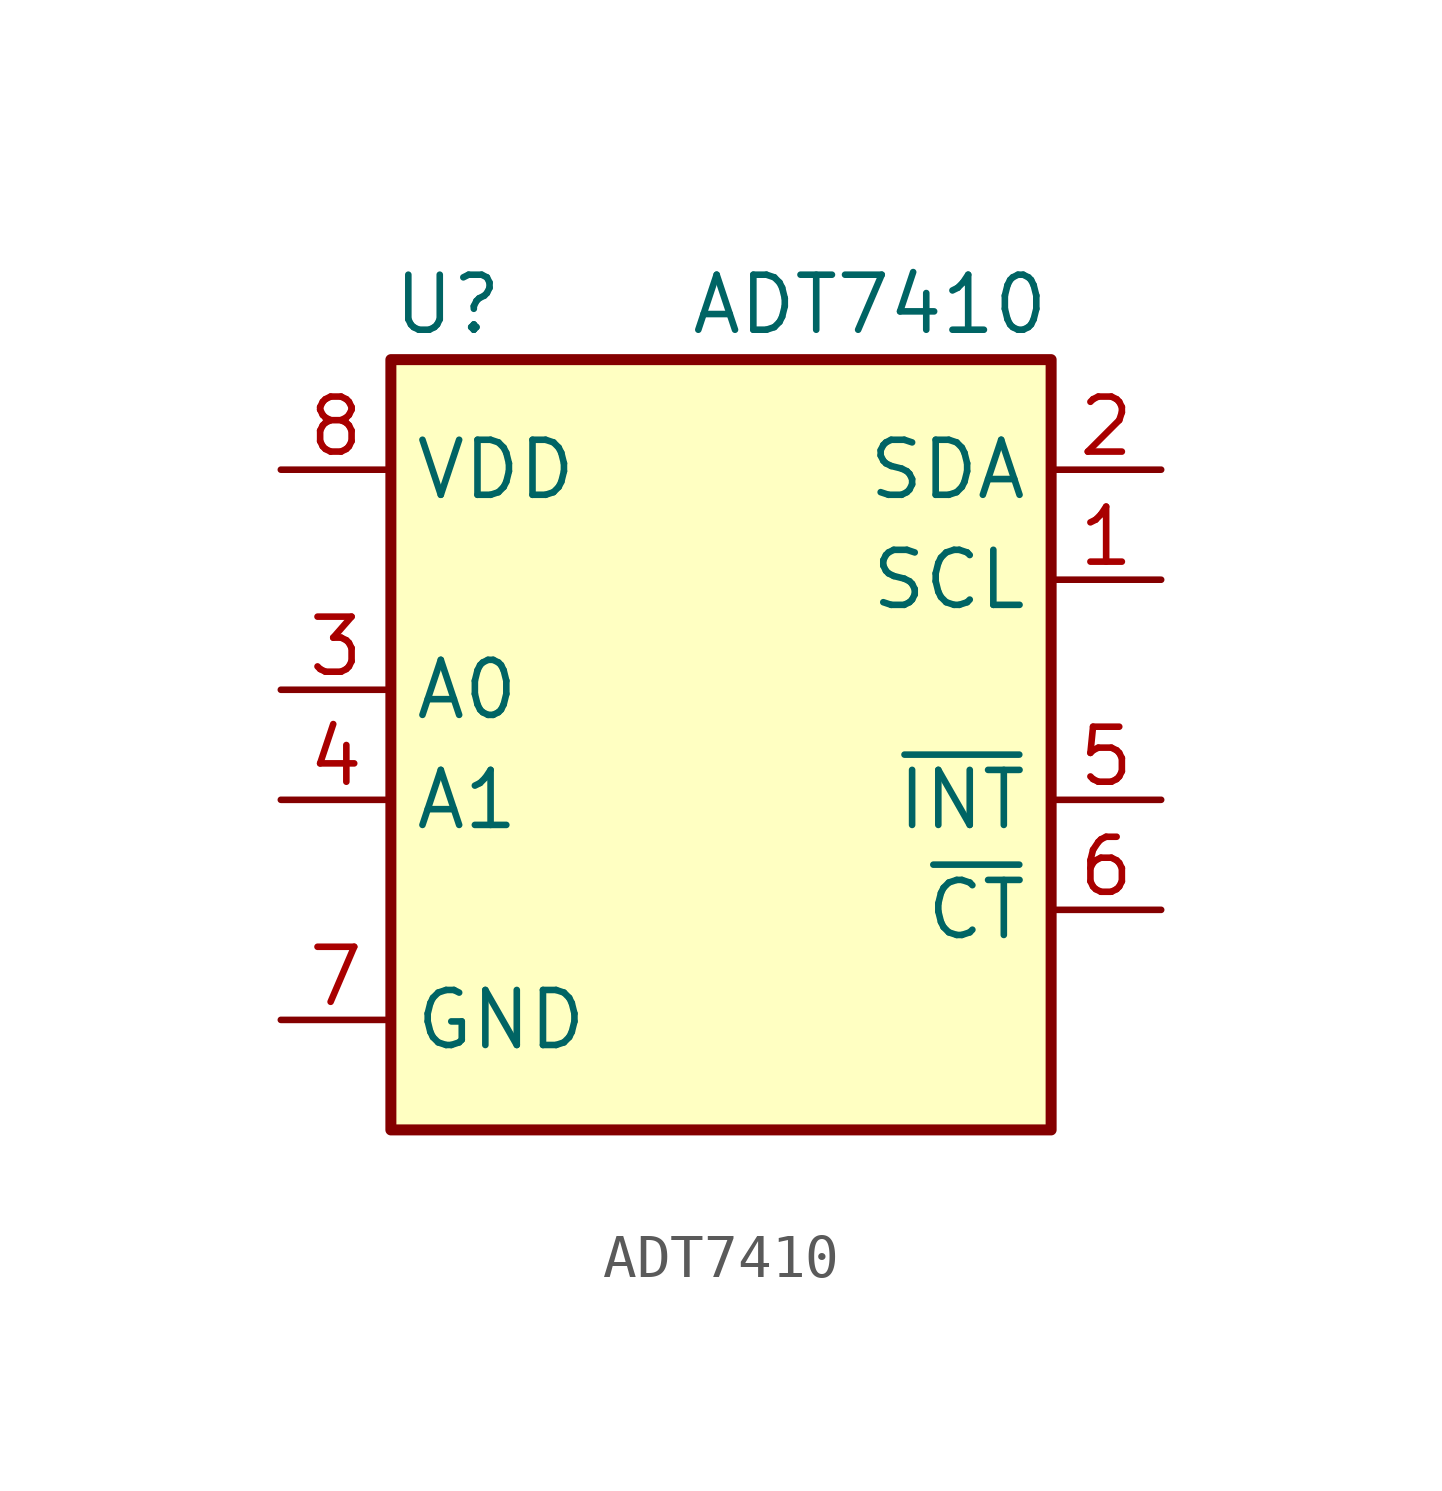
<source format=kicad_sym>
(kicad_symbol_lib
  (version 20211014)
  (generator kicad_symbol_editor)
  (symbol "ADT7410"
    (property "Reference" "U"
      (at -7.62 8.89 0)
      (effects (font (size 1.27 1.27)) (justify left)))
    (property "Value" "ADT7410"
      (at 7.62 8.89 0)
      (effects (font (size 1.27 1.27)) (justify right)))
    (symbol "ADT7410_0_1"
      (rectangle (start -7.62 7.62) (end 7.62 -10.16) (stroke (width 0.254) (type default) (color 0 0 0 0)) (fill (type background))))
    (symbol "ADT7410_1_1"
      (pin input line (at 10.16 2.54 180) (length 2.54) (name "SCL" (effects (font (size 1.27 1.27)))) (number "1" (effects (font (size 1.27 1.27)))))
      (pin bidirectional line (at 10.16 5.08 180) (length 2.54) (name "SDA" (effects (font (size 1.27 1.27)))) (number "2" (effects (font (size 1.27 1.27)))))
      (pin input line (at -10.16 0 0) (length 2.54) (name "A0" (effects (font (size 1.27 1.27)))) (number "3" (effects (font (size 1.27 1.27)))))
      (pin input line (at -10.16 -2.54 0) (length 2.54) (name "A1" (effects (font (size 1.27 1.27)))) (number "4" (effects (font (size 1.27 1.27)))))
      (pin open_collector line (at 10.16 -2.54 180) (length 2.54) (name "~{INT}" (effects (font (size 1.27 1.27)))) (number "5" (effects (font (size 1.27 1.27)))))
      (pin open_collector line (at 10.16 -5.08 180) (length 2.54) (name "~{CT}" (effects (font (size 1.27 1.27)))) (number "6" (effects (font (size 1.27 1.27)))))
      (pin power_in line (at -10.16 -7.62 0) (length 2.54) (name "GND" (effects (font (size 1.27 1.27)))) (number "7" (effects (font (size 1.27 1.27)))))
      (pin power_in line (at -10.16 5.08 0) (length 2.54) (name "VDD" (effects (font (size 1.27 1.27)))) (number "8" (effects (font (size 1.27 1.27))))))))
</source>
